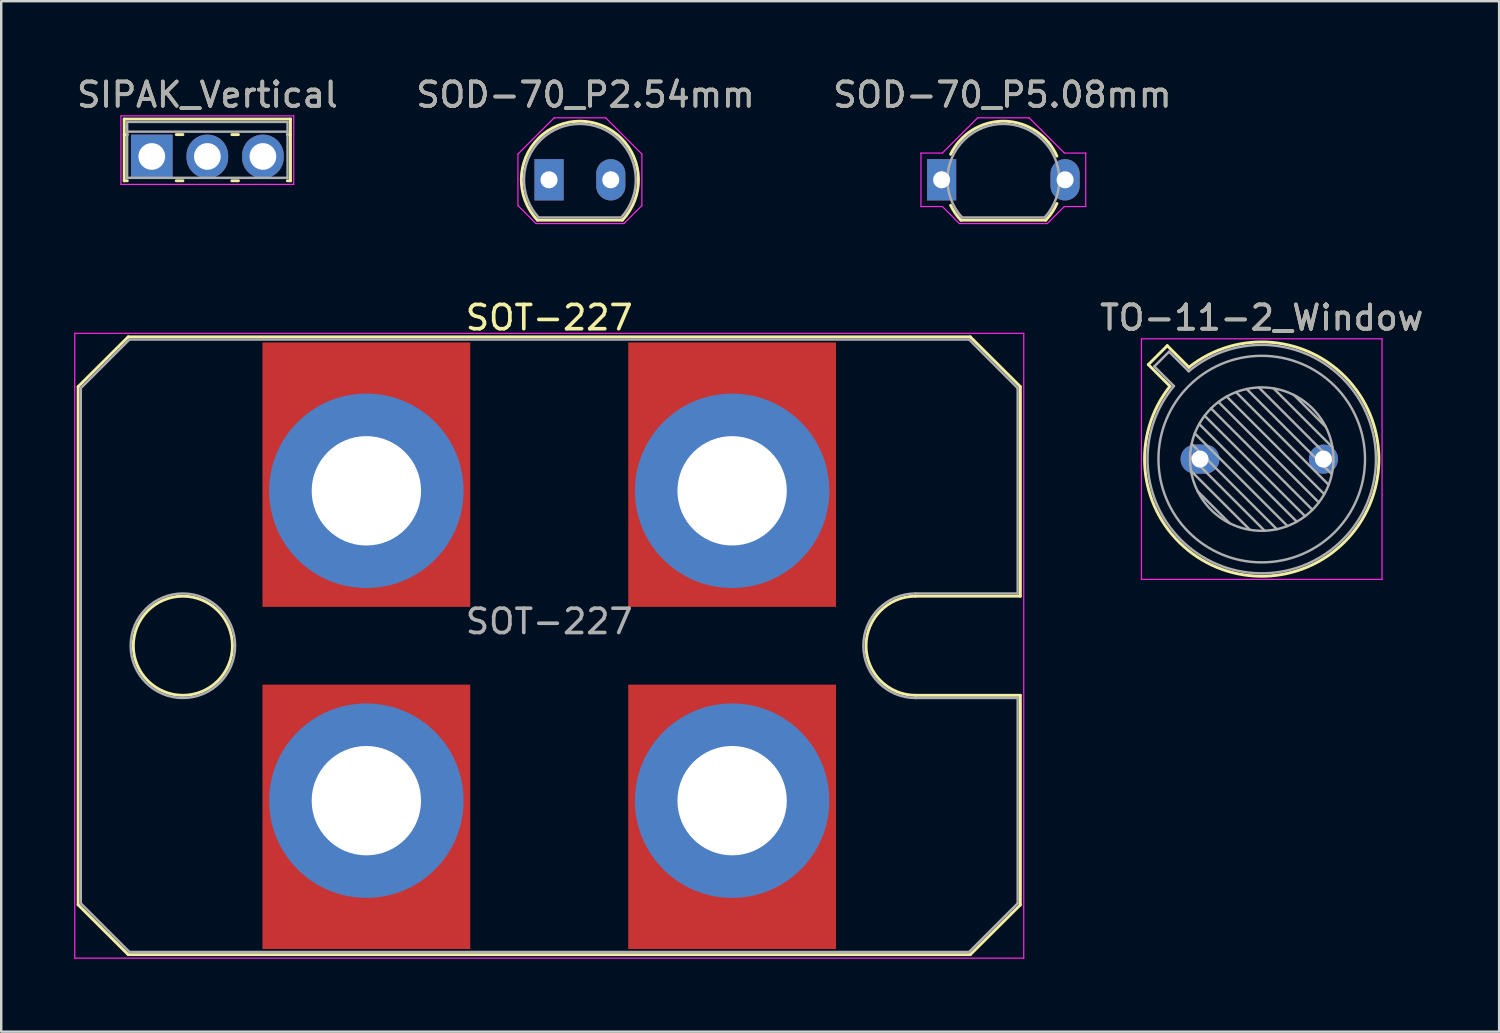
<source format=kicad_pcb>
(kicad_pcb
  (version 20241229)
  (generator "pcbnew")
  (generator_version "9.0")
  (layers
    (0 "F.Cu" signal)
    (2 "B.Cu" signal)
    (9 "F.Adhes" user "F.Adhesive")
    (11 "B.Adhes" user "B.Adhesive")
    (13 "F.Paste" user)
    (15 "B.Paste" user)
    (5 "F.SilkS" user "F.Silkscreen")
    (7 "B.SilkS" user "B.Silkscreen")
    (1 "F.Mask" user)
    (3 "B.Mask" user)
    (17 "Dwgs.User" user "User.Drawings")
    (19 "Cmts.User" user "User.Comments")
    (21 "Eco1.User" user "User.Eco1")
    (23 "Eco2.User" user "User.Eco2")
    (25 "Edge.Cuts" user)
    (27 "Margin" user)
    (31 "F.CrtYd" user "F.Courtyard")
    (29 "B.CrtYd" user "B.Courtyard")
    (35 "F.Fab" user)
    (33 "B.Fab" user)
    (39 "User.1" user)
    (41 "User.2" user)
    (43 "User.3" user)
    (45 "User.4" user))
  (footprint "SIPAK_Vertical"
    (layer "F.Cu")
    (at 3.196 3.388)
    (property "Reference" "SIPAK_Vertical" (at 2.286 -2.54 0) (layer "F.SilkS") (effects (font (size 1 1) (thickness 0.15))))
    (attr through_hole)
    (fp_line (start -1.134 -1.54) (end -1.134 1) (stroke (width 0.12) (type solid)) (layer "F.SilkS"))
    (fp_line (start -1.134 -1.54) (end 5.706 -1.54) (stroke (width 0.12) (type solid)) (layer "F.SilkS"))
    (fp_line (start -1.134 -0.9) (end -1.008 -0.9) (stroke (width 0.12) (type solid)) (layer "F.SilkS"))
    (fp_line (start -1.134 1) (end -1.008 1) (stroke (width 0.12) (type solid)) (layer "F.SilkS"))
    (fp_line (start 1.008 -0.9) (end 1.279 -0.9) (stroke (width 0.12) (type solid)) (layer "F.SilkS"))
    (fp_line (start 1.008 1) (end 1.279 1) (stroke (width 0.12) (type solid)) (layer "F.SilkS"))
    (fp_line (start 3.294 -0.9) (end 3.565 -0.9) (stroke (width 0.12) (type solid)) (layer "F.SilkS"))
    (fp_line (start 3.294 1) (end 3.565 1) (stroke (width 0.12) (type solid)) (layer "F.SilkS"))
    (fp_line (start 5.58 -0.9) (end 5.706 -0.9) (stroke (width 0.12) (type solid)) (layer "F.SilkS"))
    (fp_line (start 5.58 1) (end 5.706 1) (stroke (width 0.12) (type solid)) (layer "F.SilkS"))
    (fp_line (start 5.706 -1.54) (end 5.706 1) (stroke (width 0.12) (type solid)) (layer "F.SilkS"))
    (fp_line (start -1.27 -1.67) (end -1.27 1.15) (stroke (width 0.05) (type solid)) (layer "F.CrtYd"))
    (fp_line (start -1.27 1.15) (end 5.84 1.15) (stroke (width 0.05) (type solid)) (layer "F.CrtYd"))
    (fp_line (start 5.84 -1.67) (end -1.27 -1.67) (stroke (width 0.05) (type solid)) (layer "F.CrtYd"))
    (fp_line (start 5.84 1.15) (end 5.84 -1.67) (stroke (width 0.05) (type solid)) (layer "F.CrtYd"))
    (fp_line (start -1.014 -1.42) (end -1.014 0.88) (stroke (width 0.1) (type solid)) (layer "F.Fab"))
    (fp_line (start -1.014 -1.02) (end 5.586 -1.02) (stroke (width 0.1) (type solid)) (layer "F.Fab"))
    (fp_line (start -1.014 0.88) (end 5.586 0.88) (stroke (width 0.1) (type solid)) (layer "F.Fab"))
    (fp_line (start 5.586 -1.42) (end -1.014 -1.42) (stroke (width 0.1) (type solid)) (layer "F.Fab"))
    (fp_line (start 5.586 0.88) (end 5.586 -1.42) (stroke (width 0.1) (type solid)) (layer "F.Fab"))
    (fp_text user "${REFERENCE}" (at 2.286 -2.54 0) (layer "F.Fab") (effects (font (size 1 1) (thickness 0.15))))
    (pad "1" thru_hole rect (at 0 0) (size 1.714 1.8) (drill 1.1) (layers "*.Cu" "*.Mask"))
    (pad "2" thru_hole oval (at 2.286 0) (size 1.714 1.8) (drill 1.1) (layers "*.Cu" "*.Mask"))
    (pad "3" thru_hole oval (at 4.572 0) (size 1.714 1.8) (drill 1.1) (layers "*.Cu" "*.Mask")))
  (footprint "SOT-227"
    (layer "F.Cu")
    (at 12.025 17.146)
    (property "Reference" "SOT-227" (at 7.525 -7.125 0) (layer "F.SilkS") (effects (font (size 1 1) (thickness 0.15))))
    (attr through_hole)
    (fp_line (start -11.86 -4.285) (end -11.86 17.035) (stroke (width 0.12) (type solid)) (layer "F.SilkS"))
    (fp_line (start -11.86 -4.285) (end -9.8 -6.335) (stroke (width 0.12) (type solid)) (layer "F.SilkS"))
    (fp_line (start -11.86 17.035) (end -9.8 19.085) (stroke (width 0.12) (type solid)) (layer "F.SilkS"))
    (fp_line (start -9.8 -6.335) (end 24.85 -6.335) (stroke (width 0.12) (type solid)) (layer "F.SilkS"))
    (fp_line (start -9.8 19.085) (end 24.85 19.085) (stroke (width 0.12) (type solid)) (layer "F.SilkS"))
    (fp_line (start 22.6 4.335) (end 26.91 4.335) (stroke (width 0.12) (type solid)) (layer "F.SilkS"))
    (fp_line (start 22.6 8.415) (end 26.91 8.415) (stroke (width 0.12) (type solid)) (layer "F.SilkS"))
    (fp_line (start 26.91 -4.285) (end 24.85 -6.335) (stroke (width 0.12) (type solid)) (layer "F.SilkS"))
    (fp_line (start 26.91 -4.285) (end 26.91 4.335) (stroke (width 0.12) (type solid)) (layer "F.SilkS"))
    (fp_line (start 26.91 17.035) (end 24.85 19.085) (stroke (width 0.12) (type solid)) (layer "F.SilkS"))
    (fp_line (start 26.91 17.035) (end 26.91 8.415) (stroke (width 0.12) (type solid)) (layer "F.SilkS"))
    (fp_arc (start 22.6 8.415) (mid 20.56 6.375) (end 22.6 4.335) (stroke (width 0.12) (type solid)) (layer "F.SilkS"))
    (fp_circle (center -7.55 6.375) (end -5.51 6.375) (stroke (width 0.12) (type solid)) (fill no) (layer "F.SilkS"))
    (fp_line (start -12 -6.48) (end -12 19.23) (stroke (width 0.05) (type solid)) (layer "F.CrtYd"))
    (fp_line (start -12 -6.48) (end 27.05 -6.48) (stroke (width 0.05) (type solid)) (layer "F.CrtYd"))
    (fp_line (start -12 19.23) (end 27.05 19.23) (stroke (width 0.05) (type solid)) (layer "F.CrtYd"))
    (fp_line (start 27.05 -6.48) (end 27.05 19.23) (stroke (width 0.05) (type solid)) (layer "F.CrtYd"))
    (fp_line (start -11.75 -4.225) (end -9.75 -6.225) (stroke (width 0.1) (type solid)) (layer "F.Fab"))
    (fp_line (start -11.75 16.975) (end -11.75 -4.225) (stroke (width 0.1) (type solid)) (layer "F.Fab"))
    (fp_line (start -11.75 16.975) (end -9.75 18.975) (stroke (width 0.1) (type solid)) (layer "F.Fab"))
    (fp_line (start -9.75 -6.225) (end 24.8 -6.225) (stroke (width 0.1) (type solid)) (layer "F.Fab"))
    (fp_line (start 22.6 4.225) (end 26.8 4.225) (stroke (width 0.1) (type solid)) (layer "F.Fab"))
    (fp_line (start 22.6 8.525) (end 26.8 8.525) (stroke (width 0.1) (type solid)) (layer "F.Fab"))
    (fp_line (start 24.8 18.975) (end -9.75 18.975) (stroke (width 0.1) (type solid)) (layer "F.Fab"))
    (fp_line (start 26.8 -4.225) (end 24.8 -6.225) (stroke (width 0.1) (type solid)) (layer "F.Fab"))
    (fp_line (start 26.8 -4.225) (end 26.8 4.225) (stroke (width 0.1) (type solid)) (layer "F.Fab"))
    (fp_line (start 26.8 8.525) (end 26.8 16.975) (stroke (width 0.1) (type solid)) (layer "F.Fab"))
    (fp_line (start 26.8 16.975) (end 24.8 18.975) (stroke (width 0.1) (type solid)) (layer "F.Fab"))
    (fp_arc (start 22.6 8.525) (mid 20.45 6.375) (end 22.6 4.225) (stroke (width 0.1) (type solid)) (layer "F.Fab"))
    (fp_circle (center -7.55 6.375) (end -5.4 6.375) (stroke (width 0.1) (type solid)) (fill no) (layer "F.Fab"))
    (fp_text user "${REFERENCE}" (at 7.525 5.375 0) (layer "F.Fab") (effects (font (size 1 1) (thickness 0.15))))
    (pad "1" smd rect (at 0 -0.665) (size 8.55 10.88) (layers "F.Cu" "F.Mask"))
    (pad "1" thru_hole circle (at 0 0) (size 8 8) (drill 4.5) (layers "*.Cu" "*.Mask"))
    (pad "2" smd rect (at 15.05 -0.665) (size 8.55 10.88) (layers "F.Cu" "F.Mask"))
    (pad "2" thru_hole circle (at 15.05 0) (size 8 8) (drill 4.5) (layers "*.Cu" "*.Mask"))
    (pad "3" thru_hole circle (at 15.05 12.75) (size 8 8) (drill 4.5) (layers "*.Cu" "*.Mask"))
    (pad "3" smd rect (at 15.05 13.415) (size 8.55 10.88) (layers "F.Cu" "F.Mask"))
    (pad "4" thru_hole circle (at 0 12.75) (size 8 8) (drill 4.5) (layers "*.Cu" "*.Mask"))
    (pad "4" smd rect (at 0 13.415) (size 8.55 10.88) (layers "F.Cu" "F.Mask")))
  (footprint "SOD-70_P5.08mm"
    (layer "F.Cu")
    (at 35.696 4.348)
    (property "Reference" "SOD-70_P5.08mm" (at 2.5 -3.5 0) (layer "F.SilkS") (effects (font (size 1 1) (thickness 0.15))))
    (attr through_hole)
    (fp_line (start 4.287 1.66) (end 0.793 1.66) (stroke (width 0.12) (type solid)) (layer "F.SilkS"))
    (fp_arc (start 0.37076 -1.05) (mid 2.5811 -2.40965) (end 4.743786 -0.975412) (stroke (width 0.12) (type solid)) (layer "F.SilkS"))
    (fp_arc (start 0.79286 1.66) (mid 0.5582 1.371338) (end 0.370761 1.05) (stroke (width 0.12) (type solid)) (layer "F.SilkS"))
    (fp_arc (start 4.743786 0.975412) (mid 4.544899 1.337341) (end 4.287141 1.66) (stroke (width 0.12) (type solid)) (layer "F.SilkS"))
    (fp_line (start -0.85 -1.1) (end -0.85 1.1) (stroke (width 0.05) (type solid)) (layer "F.CrtYd"))
    (fp_line (start -0.85 1.1) (end 0.03 1.1) (stroke (width 0.05) (type solid)) (layer "F.CrtYd"))
    (fp_line (start 0.03 -1.1) (end -0.85 -1.1) (stroke (width 0.05) (type solid)) (layer "F.CrtYd"))
    (fp_line (start 0.03 1.1) (end 0.73 1.8) (stroke (width 0.05) (type solid)) (layer "F.CrtYd"))
    (fp_line (start 1.48 -2.55) (end 0.03 -1.1) (stroke (width 0.05) (type solid)) (layer "F.CrtYd"))
    (fp_line (start 1.48 -2.55) (end 3.6 -2.55) (stroke (width 0.05) (type solid)) (layer "F.CrtYd"))
    (fp_line (start 3.6 -2.55) (end 5.05 -1.1) (stroke (width 0.05) (type solid)) (layer "F.CrtYd"))
    (fp_line (start 4.35 1.8) (end 0.73 1.8) (stroke (width 0.05) (type solid)) (layer "F.CrtYd"))
    (fp_line (start 5.05 -1.1) (end 5.93 -1.1) (stroke (width 0.05) (type solid)) (layer "F.CrtYd"))
    (fp_line (start 5.05 1.1) (end 4.35 1.8) (stroke (width 0.05) (type solid)) (layer "F.CrtYd"))
    (fp_line (start 5.93 -1.1) (end 5.93 1.1) (stroke (width 0.05) (type solid)) (layer "F.CrtYd"))
    (fp_line (start 5.93 1.1) (end 5.05 1.1) (stroke (width 0.05) (type solid)) (layer "F.CrtYd"))
    (fp_line (start 4.239 1.55) (end 0.841 1.55) (stroke (width 0.1) (type solid)) (layer "F.Fab"))
    (fp_arc (start 0.840735 1.55) (mid 2.54 -2.3) (end 4.239265 1.55) (stroke (width 0.1) (type solid)) (layer "F.Fab"))
    (fp_text user "${REFERENCE}" (at 2.5 -3.5 0) (layer "F.Fab") (effects (font (size 1 1) (thickness 0.15))))
    (pad "1" thru_hole rect (at 0 0) (size 1.2 1.7) (drill 0.7) (layers "*.Cu" "*.Mask"))
    (pad "2" thru_hole oval (at 5.08 0) (size 1.2 1.7) (drill 0.7) (layers "*.Cu" "*.Mask")))
  (footprint "SOD-70_P2.54mm"
    (layer "F.Cu")
    (at 19.542 4.348)
    (property "Reference" "SOD-70_P2.54mm" (at 1.5 -3.5 0) (layer "F.SilkS") (effects (font (size 1 1) (thickness 0.15))))
    (attr through_hole)
    (fp_line (start 3.017 1.66) (end -0.477 1.66) (stroke (width 0.12) (type solid)) (layer "F.SilkS"))
    (fp_arc (start -0.477141 1.66) (mid 1.27 -2.41) (end 3.017141 1.66) (stroke (width 0.12) (type solid)) (layer "F.SilkS"))
    (fp_line (start -1.28 1.06) (end -1.28 -1.06) (stroke (width 0.05) (type solid)) (layer "F.CrtYd"))
    (fp_line (start -1.28 1.06) (end -0.54 1.8) (stroke (width 0.05) (type solid)) (layer "F.CrtYd"))
    (fp_line (start 0.21 -2.55) (end -1.28 -1.06) (stroke (width 0.05) (type solid)) (layer "F.CrtYd"))
    (fp_line (start 0.21 -2.55) (end 2.33 -2.55) (stroke (width 0.05) (type solid)) (layer "F.CrtYd"))
    (fp_line (start 2.33 -2.55) (end 3.82 -1.06) (stroke (width 0.05) (type solid)) (layer "F.CrtYd"))
    (fp_line (start 3.08 1.8) (end -0.54 1.8) (stroke (width 0.05) (type solid)) (layer "F.CrtYd"))
    (fp_line (start 3.08 1.8) (end 3.82 1.06) (stroke (width 0.05) (type solid)) (layer "F.CrtYd"))
    (fp_line (start 3.82 -1.06) (end 3.82 1.06) (stroke (width 0.05) (type solid)) (layer "F.CrtYd"))
    (fp_line (start 2.969 1.55) (end -0.429 1.55) (stroke (width 0.1) (type solid)) (layer "F.Fab"))
    (fp_arc (start -0.429265 1.55) (mid 1.27 -2.3) (end 2.969265 1.55) (stroke (width 0.1) (type solid)) (layer "F.Fab"))
    (fp_text user "${REFERENCE}" (at 1.5 -3.5 0) (layer "F.Fab") (effects (font (size 1 1) (thickness 0.15))))
    (pad "1" thru_hole rect (at 0 0) (size 1.2 1.7) (drill 0.7) (layers "*.Cu" "*.Mask"))
    (pad "2" thru_hole oval (at 2.54 0) (size 1.2 1.7) (drill 0.7) (layers "*.Cu" "*.Mask")))
  (footprint "TO-11-2_Window"
    (layer "F.Cu")
    (at 46.328 15.841)
    (property "Reference" "TO-11-2_Window" (at 2.54 -5.82 0) (layer "F.SilkS") (effects (font (size 1 1) (thickness 0.15))))
    (attr through_hole)
    (fp_line (start -2.126 -3.888) (end -1.235 -2.997) (stroke (width 0.12) (type solid)) (layer "F.SilkS"))
    (fp_line (start -1.348 -4.666) (end -2.126 -3.888) (stroke (width 0.12) (type solid)) (layer "F.SilkS"))
    (fp_line (start -0.457 -3.775) (end -1.348 -4.666) (stroke (width 0.12) (type solid)) (layer "F.SilkS"))
    (fp_arc (start -0.457084 -3.774902) (mid 5.948125 3.408384) (end -1.234674 -2.997371) (stroke (width 0.12) (type solid)) (layer "F.SilkS"))
    (fp_line (start -2.41 -4.95) (end -2.41 4.95) (stroke (width 0.05) (type solid)) (layer "F.CrtYd"))
    (fp_line (start -2.41 4.95) (end 7.49 4.95) (stroke (width 0.05) (type solid)) (layer "F.CrtYd"))
    (fp_line (start 7.49 -4.95) (end -2.41 -4.95) (stroke (width 0.05) (type solid)) (layer "F.CrtYd"))
    (fp_line (start 7.49 4.95) (end 7.49 -4.95) (stroke (width 0.05) (type solid)) (layer "F.CrtYd"))
    (fp_line (start -1.88 -3.812) (end -1.074 -3.005) (stroke (width 0.1) (type solid)) (layer "F.Fab"))
    (fp_line (start -1.272 -4.42) (end -1.88 -3.812) (stroke (width 0.1) (type solid)) (layer "F.Fab"))
    (fp_line (start -0.465 -3.614) (end -1.272 -4.42) (stroke (width 0.1) (type solid)) (layer "F.Fab"))
    (fp_line (start -0.408 -0.12) (end 2.66 2.948) (stroke (width 0.1) (type solid)) (layer "F.Fab"))
    (fp_line (start -0.371 0.485) (end 2.055 2.911) (stroke (width 0.1) (type solid)) (layer "F.Fab"))
    (fp_line (start -0.344 -0.622) (end 3.162 2.884) (stroke (width 0.1) (type solid)) (layer "F.Fab"))
    (fp_line (start -0.215 -1.058) (end 3.598 2.755) (stroke (width 0.1) (type solid)) (layer "F.Fab"))
    (fp_line (start -0.097 1.324) (end 1.216 2.637) (stroke (width 0.1) (type solid)) (layer "F.Fab"))
    (fp_line (start -0.034 -1.443) (end 3.983 2.574) (stroke (width 0.1) (type solid)) (layer "F.Fab"))
    (fp_line (start 0.19 -1.784) (end 4.324 2.35) (stroke (width 0.1) (type solid)) (layer "F.Fab"))
    (fp_line (start 0.454 -2.086) (end 4.626 2.086) (stroke (width 0.1) (type solid)) (layer "F.Fab"))
    (fp_line (start 0.756 -2.35) (end 4.89 1.784) (stroke (width 0.1) (type solid)) (layer "F.Fab"))
    (fp_line (start 1.097 -2.574) (end 5.114 1.443) (stroke (width 0.1) (type solid)) (layer "F.Fab"))
    (fp_line (start 1.482 -2.755) (end 5.295 1.058) (stroke (width 0.1) (type solid)) (layer "F.Fab"))
    (fp_line (start 1.918 -2.884) (end 5.424 0.622) (stroke (width 0.1) (type solid)) (layer "F.Fab"))
    (fp_line (start 2.42 -2.948) (end 5.488 0.12) (stroke (width 0.1) (type solid)) (layer "F.Fab"))
    (fp_line (start 3.025 -2.911) (end 5.451 -0.485) (stroke (width 0.1) (type solid)) (layer "F.Fab"))
    (fp_line (start 3.864 -2.637) (end 5.177 -1.324) (stroke (width 0.1) (type solid)) (layer "F.Fab"))
    (fp_arc (start -0.465408 -3.61352) (mid 5.863443 3.323361) (end -1.073594 -3.005319) (stroke (width 0.1) (type solid)) (layer "F.Fab"))
    (fp_circle (center 2.54 0) (end 5.49 0) (stroke (width 0.1) (type solid)) (fill no) (layer "F.Fab"))
    (fp_circle (center 2.54 0) (end 6.79 0) (stroke (width 0.1) (type solid)) (fill no) (layer "F.Fab"))
    (fp_text user "${REFERENCE}" (at 2.54 -5.82 0) (layer "F.Fab") (effects (font (size 1 1) (thickness 0.15))))
    (pad "1" thru_hole oval (at 0 0) (size 1.6 1.2) (drill 0.7) (layers "*.Cu" "*.Mask"))
    (pad "2" thru_hole oval (at 5.08 0) (size 1.2 1.2) (drill 0.7) (layers "*.Cu" "*.Mask")))
  (gr_rect
    (start -3 -3)
    (end 58.636 39.401)
    (stroke (width 0.1) (type default))
    (fill no)
    (layer "Edge.Cuts")))
</source>
